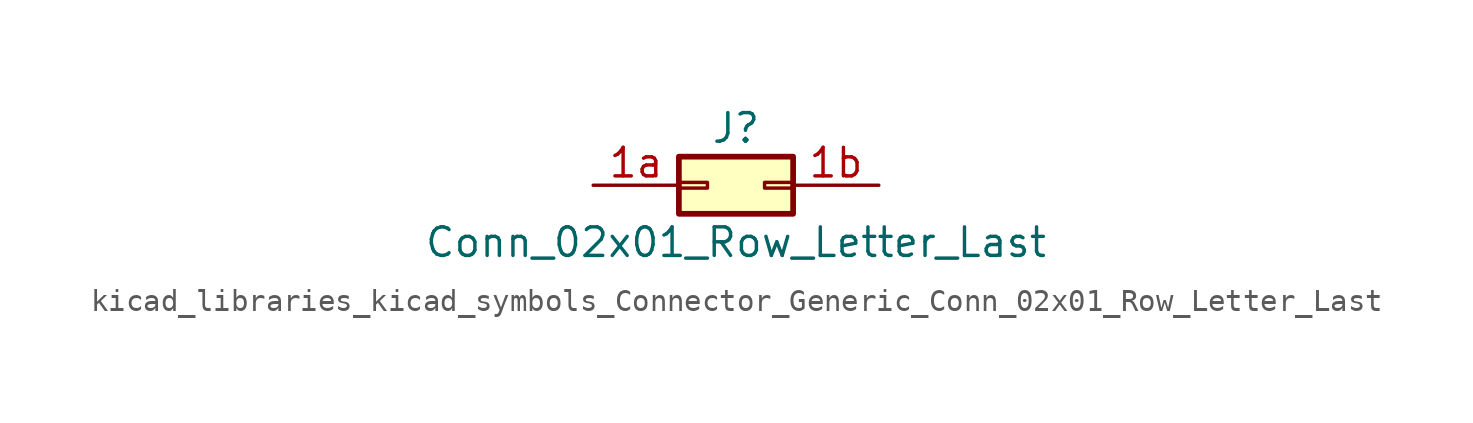
<source format=kicad_sym>
(kicad_symbol_lib
  (version 20220914)
  (generator kicad_symbol_editor)
  (symbol "kicad_libraries_kicad_symbols_Connector_Generic_Conn_02x01_Row_Letter_Last"
    (pin_names
      (offset 1.016) hide)
    (property "Reference" "J"
      (at 1.27 2.54 0)
      (effects (font (size 1.27 1.27))))
    (property "Value" "Conn_02x01_Row_Letter_Last"
      (at 1.27 -2.54 0)
      (effects (font (size 1.27 1.27))))
    (symbol "kicad_libraries_kicad_symbols_Connector_Generic_Conn_02x01_Row_Letter_Last_1_1"
      (rectangle (start -1.27 0.127) (end 0 -0.127) (stroke (width 0.152) (type default)) (fill (type none)))
      (rectangle (start -1.27 1.27) (end 3.81 -1.27) (stroke (width 0.254) (type default)) (fill (type background)))
      (rectangle (start 3.81 0.127) (end 2.54 -0.127) (stroke (width 0.152) (type default)) (fill (type none)))
      (pin passive line (at -5.08 0 0) (length 3.81) (name "Pin_1a" (effects (font (size 1.27 1.27)))) (number "1a" (effects (font (size 1.27 1.27)))))
      (pin passive line (at 7.62 0 180) (length 3.81) (name "Pin_1b" (effects (font (size 1.27 1.27)))) (number "1b" (effects (font (size 1.27 1.27))))))))
</source>
